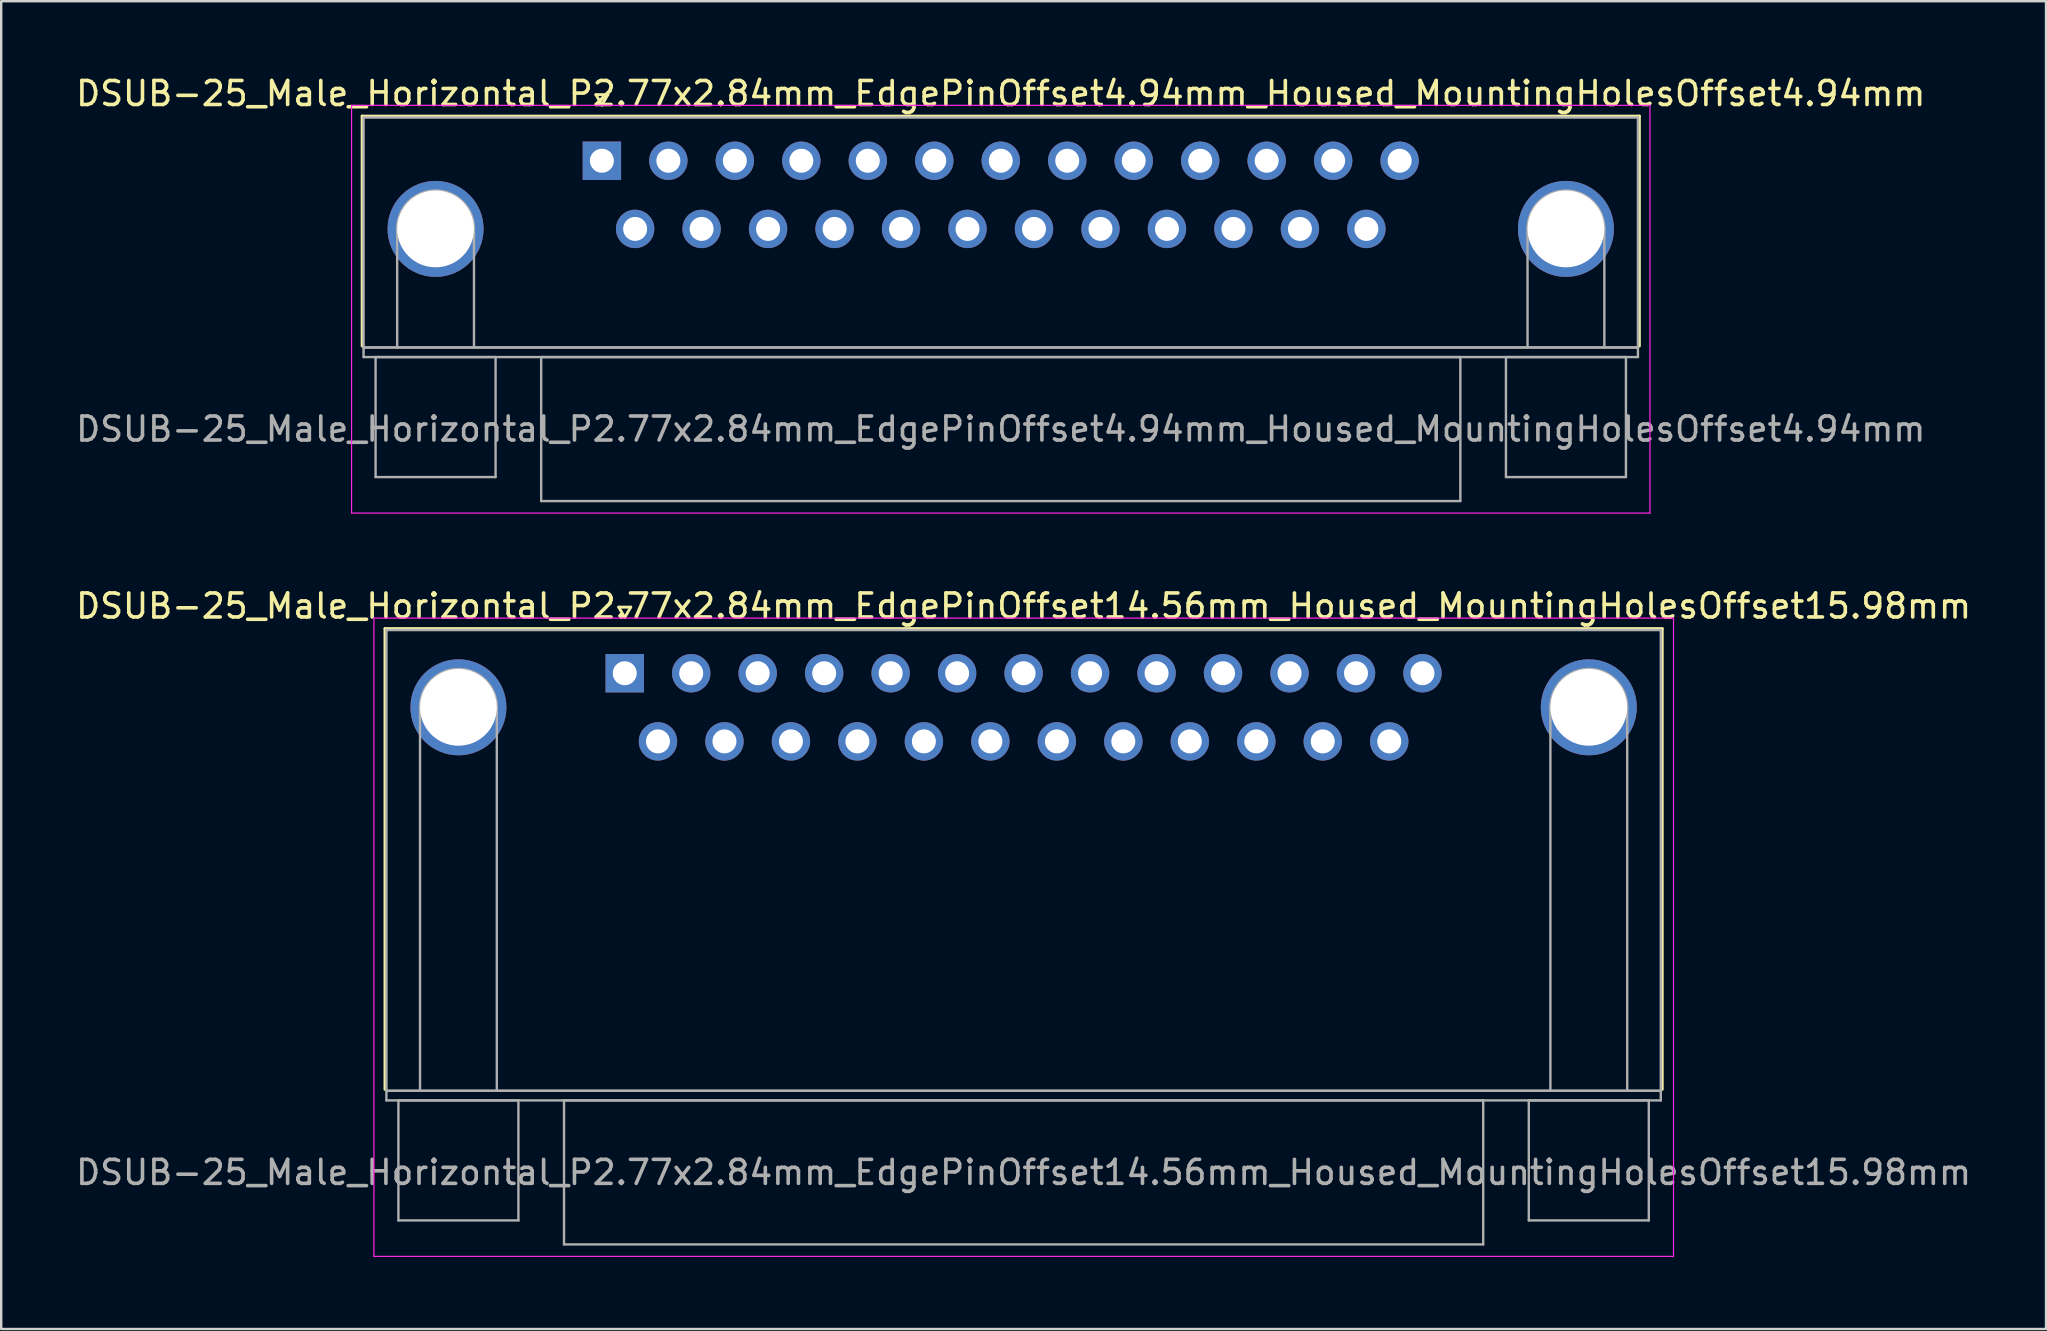
<source format=kicad_pcb>
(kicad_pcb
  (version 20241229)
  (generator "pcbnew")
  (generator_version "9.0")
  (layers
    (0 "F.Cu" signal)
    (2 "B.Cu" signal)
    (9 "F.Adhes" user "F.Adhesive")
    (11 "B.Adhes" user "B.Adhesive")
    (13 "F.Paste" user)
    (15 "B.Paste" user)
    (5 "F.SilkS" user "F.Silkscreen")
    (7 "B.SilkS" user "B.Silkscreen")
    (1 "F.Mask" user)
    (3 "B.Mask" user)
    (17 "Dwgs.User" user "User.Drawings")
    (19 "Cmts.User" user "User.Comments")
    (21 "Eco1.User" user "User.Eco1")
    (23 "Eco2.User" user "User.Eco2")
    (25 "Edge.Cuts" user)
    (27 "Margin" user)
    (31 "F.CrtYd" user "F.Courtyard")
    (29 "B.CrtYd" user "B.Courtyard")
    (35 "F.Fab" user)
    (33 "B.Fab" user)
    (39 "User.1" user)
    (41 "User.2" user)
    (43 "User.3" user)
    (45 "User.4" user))
  (footprint "DSUB-25_Male_Horizontal_P2.77x2.84mm_EdgePinOffset14.56mm_Housed_MountingHolesOffset15.98mm"
    (layer "F.Cu")
    (at 22.981 25.002)
    (property "Reference" "DSUB-25_Male_Horizontal_P2.77x2.84mm_EdgePinOffset14.56mm_Housed_MountingHolesOffset15.98mm" (at 16.62 -2.8 0) (layer "F.SilkS") (effects (font (size 1 1) (thickness 0.15))))
    (attr through_hole)
    (fp_line (start -9.99 -1.86) (end 43.23 -1.86) (stroke (width 0.12) (type solid)) (layer "F.SilkS"))
    (fp_line (start -9.99 17.34) (end -9.99 -1.86) (stroke (width 0.12) (type solid)) (layer "F.SilkS"))
    (fp_line (start -0.25 -2.754) (end 0.25 -2.754) (stroke (width 0.12) (type solid)) (layer "F.SilkS"))
    (fp_line (start 0 -2.321) (end -0.25 -2.754) (stroke (width 0.12) (type solid)) (layer "F.SilkS"))
    (fp_line (start 0.25 -2.754) (end 0 -2.321) (stroke (width 0.12) (type solid)) (layer "F.SilkS"))
    (fp_line (start 43.23 -1.86) (end 43.23 17.34) (stroke (width 0.12) (type solid)) (layer "F.SilkS"))
    (fp_line (start -10.45 -2.3) (end -10.45 24.3) (stroke (width 0.05) (type solid)) (layer "F.CrtYd"))
    (fp_line (start -10.45 24.3) (end 43.7 24.3) (stroke (width 0.05) (type solid)) (layer "F.CrtYd"))
    (fp_line (start 43.7 -2.3) (end -10.45 -2.3) (stroke (width 0.05) (type solid)) (layer "F.CrtYd"))
    (fp_line (start 43.7 24.3) (end 43.7 -2.3) (stroke (width 0.05) (type solid)) (layer "F.CrtYd"))
    (fp_line (start -9.93 -1.8) (end -9.93 17.4) (stroke (width 0.1) (type solid)) (layer "F.Fab"))
    (fp_line (start -9.93 17.4) (end -9.93 17.8) (stroke (width 0.1) (type solid)) (layer "F.Fab"))
    (fp_line (start -9.93 17.4) (end 43.17 17.4) (stroke (width 0.1) (type solid)) (layer "F.Fab"))
    (fp_line (start -9.93 17.8) (end 43.17 17.8) (stroke (width 0.1) (type solid)) (layer "F.Fab"))
    (fp_line (start -9.43 17.8) (end -9.43 22.8) (stroke (width 0.1) (type solid)) (layer "F.Fab"))
    (fp_line (start -9.43 22.8) (end -4.43 22.8) (stroke (width 0.1) (type solid)) (layer "F.Fab"))
    (fp_line (start -8.53 17.4) (end -8.53 1.42) (stroke (width 0.1) (type solid)) (layer "F.Fab"))
    (fp_line (start -5.33 17.4) (end -5.33 1.42) (stroke (width 0.1) (type solid)) (layer "F.Fab"))
    (fp_line (start -4.43 17.8) (end -9.43 17.8) (stroke (width 0.1) (type solid)) (layer "F.Fab"))
    (fp_line (start -4.43 22.8) (end -4.43 17.8) (stroke (width 0.1) (type solid)) (layer "F.Fab"))
    (fp_line (start -2.53 17.8) (end -2.53 23.8) (stroke (width 0.1) (type solid)) (layer "F.Fab"))
    (fp_line (start -2.53 23.8) (end 35.77 23.8) (stroke (width 0.1) (type solid)) (layer "F.Fab"))
    (fp_line (start 35.77 17.8) (end -2.53 17.8) (stroke (width 0.1) (type solid)) (layer "F.Fab"))
    (fp_line (start 35.77 23.8) (end 35.77 17.8) (stroke (width 0.1) (type solid)) (layer "F.Fab"))
    (fp_line (start 37.67 17.8) (end 37.67 22.8) (stroke (width 0.1) (type solid)) (layer "F.Fab"))
    (fp_line (start 37.67 22.8) (end 42.67 22.8) (stroke (width 0.1) (type solid)) (layer "F.Fab"))
    (fp_line (start 38.57 17.4) (end 38.57 1.42) (stroke (width 0.1) (type solid)) (layer "F.Fab"))
    (fp_line (start 41.77 17.4) (end 41.77 1.42) (stroke (width 0.1) (type solid)) (layer "F.Fab"))
    (fp_line (start 42.67 17.8) (end 37.67 17.8) (stroke (width 0.1) (type solid)) (layer "F.Fab"))
    (fp_line (start 42.67 22.8) (end 42.67 17.8) (stroke (width 0.1) (type solid)) (layer "F.Fab"))
    (fp_line (start 43.17 -1.8) (end -9.93 -1.8) (stroke (width 0.1) (type solid)) (layer "F.Fab"))
    (fp_line (start 43.17 17.4) (end -9.93 17.4) (stroke (width 0.1) (type solid)) (layer "F.Fab"))
    (fp_line (start 43.17 17.4) (end 43.17 -1.8) (stroke (width 0.1) (type solid)) (layer "F.Fab"))
    (fp_line (start 43.17 17.8) (end 43.17 17.4) (stroke (width 0.1) (type solid)) (layer "F.Fab"))
    (fp_arc (start -8.53 1.42) (mid -6.93 -0.18) (end -5.33 1.42) (stroke (width 0.1) (type solid)) (layer "F.Fab"))
    (fp_arc (start 38.57 1.42) (mid 40.17 -0.18) (end 41.77 1.42) (stroke (width 0.1) (type solid)) (layer "F.Fab"))
    (fp_text user "${REFERENCE}" (at 16.62 20.8 0) (layer "F.Fab") (effects (font (size 1 1) (thickness 0.15))))
    (pad "0" thru_hole circle (at -6.93 1.42) (size 4 4) (drill 3.2) (layers "*.Cu" "*.Mask"))
    (pad "0" thru_hole circle (at 40.17 1.42) (size 4 4) (drill 3.2) (layers "*.Cu" "*.Mask"))
    (pad "1" thru_hole rect (at 0 0) (size 1.6 1.6) (drill 1) (layers "*.Cu" "*.Mask"))
    (pad "2" thru_hole circle (at 2.77 0) (size 1.6 1.6) (drill 1) (layers "*.Cu" "*.Mask"))
    (pad "3" thru_hole circle (at 5.54 0) (size 1.6 1.6) (drill 1) (layers "*.Cu" "*.Mask"))
    (pad "4" thru_hole circle (at 8.31 0) (size 1.6 1.6) (drill 1) (layers "*.Cu" "*.Mask"))
    (pad "5" thru_hole circle (at 11.08 0) (size 1.6 1.6) (drill 1) (layers "*.Cu" "*.Mask"))
    (pad "6" thru_hole circle (at 13.85 0) (size 1.6 1.6) (drill 1) (layers "*.Cu" "*.Mask"))
    (pad "7" thru_hole circle (at 16.62 0) (size 1.6 1.6) (drill 1) (layers "*.Cu" "*.Mask"))
    (pad "8" thru_hole circle (at 19.39 0) (size 1.6 1.6) (drill 1) (layers "*.Cu" "*.Mask"))
    (pad "9" thru_hole circle (at 22.16 0) (size 1.6 1.6) (drill 1) (layers "*.Cu" "*.Mask"))
    (pad "10" thru_hole circle (at 24.93 0) (size 1.6 1.6) (drill 1) (layers "*.Cu" "*.Mask"))
    (pad "11" thru_hole circle (at 27.7 0) (size 1.6 1.6) (drill 1) (layers "*.Cu" "*.Mask"))
    (pad "12" thru_hole circle (at 30.47 0) (size 1.6 1.6) (drill 1) (layers "*.Cu" "*.Mask"))
    (pad "13" thru_hole circle (at 33.24 0) (size 1.6 1.6) (drill 1) (layers "*.Cu" "*.Mask"))
    (pad "14" thru_hole circle (at 1.385 2.84) (size 1.6 1.6) (drill 1) (layers "*.Cu" "*.Mask"))
    (pad "15" thru_hole circle (at 4.155 2.84) (size 1.6 1.6) (drill 1) (layers "*.Cu" "*.Mask"))
    (pad "16" thru_hole circle (at 6.925 2.84) (size 1.6 1.6) (drill 1) (layers "*.Cu" "*.Mask"))
    (pad "17" thru_hole circle (at 9.695 2.84) (size 1.6 1.6) (drill 1) (layers "*.Cu" "*.Mask"))
    (pad "18" thru_hole circle (at 12.465 2.84) (size 1.6 1.6) (drill 1) (layers "*.Cu" "*.Mask"))
    (pad "19" thru_hole circle (at 15.235 2.84) (size 1.6 1.6) (drill 1) (layers "*.Cu" "*.Mask"))
    (pad "20" thru_hole circle (at 18.005 2.84) (size 1.6 1.6) (drill 1) (layers "*.Cu" "*.Mask"))
    (pad "21" thru_hole circle (at 20.775 2.84) (size 1.6 1.6) (drill 1) (layers "*.Cu" "*.Mask"))
    (pad "22" thru_hole circle (at 23.545 2.84) (size 1.6 1.6) (drill 1) (layers "*.Cu" "*.Mask"))
    (pad "23" thru_hole circle (at 26.315 2.84) (size 1.6 1.6) (drill 1) (layers "*.Cu" "*.Mask"))
    (pad "24" thru_hole circle (at 29.085 2.84) (size 1.6 1.6) (drill 1) (layers "*.Cu" "*.Mask"))
    (pad "25" thru_hole circle (at 31.855 2.84) (size 1.6 1.6) (drill 1) (layers "*.Cu" "*.Mask")))
  (footprint "DSUB-25_Male_Horizontal_P2.77x2.84mm_EdgePinOffset4.94mm_Housed_MountingHolesOffset4.94mm"
    (layer "F.Cu")
    (at 22.029 3.648)
    (property "Reference" "DSUB-25_Male_Horizontal_P2.77x2.84mm_EdgePinOffset4.94mm_Housed_MountingHolesOffset4.94mm" (at 16.62 -2.8 0) (layer "F.SilkS") (effects (font (size 1 1) (thickness 0.15))))
    (attr through_hole)
    (fp_line (start -9.99 -1.86) (end 43.23 -1.86) (stroke (width 0.12) (type solid)) (layer "F.SilkS"))
    (fp_line (start -9.99 7.72) (end -9.99 -1.86) (stroke (width 0.12) (type solid)) (layer "F.SilkS"))
    (fp_line (start -0.25 -2.754) (end 0.25 -2.754) (stroke (width 0.12) (type solid)) (layer "F.SilkS"))
    (fp_line (start 0 -2.321) (end -0.25 -2.754) (stroke (width 0.12) (type solid)) (layer "F.SilkS"))
    (fp_line (start 0.25 -2.754) (end 0 -2.321) (stroke (width 0.12) (type solid)) (layer "F.SilkS"))
    (fp_line (start 43.23 -1.86) (end 43.23 7.72) (stroke (width 0.12) (type solid)) (layer "F.SilkS"))
    (fp_line (start -10.43 -2.31) (end -10.43 14.68) (stroke (width 0.05) (type solid)) (layer "F.CrtYd"))
    (fp_line (start -10.43 14.68) (end 43.67 14.68) (stroke (width 0.05) (type solid)) (layer "F.CrtYd"))
    (fp_line (start 43.67 -2.31) (end -10.43 -2.31) (stroke (width 0.05) (type solid)) (layer "F.CrtYd"))
    (fp_line (start 43.67 14.68) (end 43.67 -2.31) (stroke (width 0.05) (type solid)) (layer "F.CrtYd"))
    (fp_line (start -9.93 -1.8) (end -9.93 7.78) (stroke (width 0.1) (type solid)) (layer "F.Fab"))
    (fp_line (start -9.93 7.78) (end -9.93 8.18) (stroke (width 0.1) (type solid)) (layer "F.Fab"))
    (fp_line (start -9.93 7.78) (end 43.17 7.78) (stroke (width 0.1) (type solid)) (layer "F.Fab"))
    (fp_line (start -9.93 8.18) (end 43.17 8.18) (stroke (width 0.1) (type solid)) (layer "F.Fab"))
    (fp_line (start -9.43 8.18) (end -9.43 13.18) (stroke (width 0.1) (type solid)) (layer "F.Fab"))
    (fp_line (start -9.43 13.18) (end -4.43 13.18) (stroke (width 0.1) (type solid)) (layer "F.Fab"))
    (fp_line (start -8.53 7.78) (end -8.53 2.84) (stroke (width 0.1) (type solid)) (layer "F.Fab"))
    (fp_line (start -5.33 7.78) (end -5.33 2.84) (stroke (width 0.1) (type solid)) (layer "F.Fab"))
    (fp_line (start -4.43 8.18) (end -9.43 8.18) (stroke (width 0.1) (type solid)) (layer "F.Fab"))
    (fp_line (start -4.43 13.18) (end -4.43 8.18) (stroke (width 0.1) (type solid)) (layer "F.Fab"))
    (fp_line (start -2.53 8.18) (end -2.53 14.18) (stroke (width 0.1) (type solid)) (layer "F.Fab"))
    (fp_line (start -2.53 14.18) (end 35.77 14.18) (stroke (width 0.1) (type solid)) (layer "F.Fab"))
    (fp_line (start 35.77 8.18) (end -2.53 8.18) (stroke (width 0.1) (type solid)) (layer "F.Fab"))
    (fp_line (start 35.77 14.18) (end 35.77 8.18) (stroke (width 0.1) (type solid)) (layer "F.Fab"))
    (fp_line (start 37.67 8.18) (end 37.67 13.18) (stroke (width 0.1) (type solid)) (layer "F.Fab"))
    (fp_line (start 37.67 13.18) (end 42.67 13.18) (stroke (width 0.1) (type solid)) (layer "F.Fab"))
    (fp_line (start 38.57 7.78) (end 38.57 2.84) (stroke (width 0.1) (type solid)) (layer "F.Fab"))
    (fp_line (start 41.77 7.78) (end 41.77 2.84) (stroke (width 0.1) (type solid)) (layer "F.Fab"))
    (fp_line (start 42.67 8.18) (end 37.67 8.18) (stroke (width 0.1) (type solid)) (layer "F.Fab"))
    (fp_line (start 42.67 13.18) (end 42.67 8.18) (stroke (width 0.1) (type solid)) (layer "F.Fab"))
    (fp_line (start 43.17 -1.8) (end -9.93 -1.8) (stroke (width 0.1) (type solid)) (layer "F.Fab"))
    (fp_line (start 43.17 7.78) (end -9.93 7.78) (stroke (width 0.1) (type solid)) (layer "F.Fab"))
    (fp_line (start 43.17 7.78) (end 43.17 -1.8) (stroke (width 0.1) (type solid)) (layer "F.Fab"))
    (fp_line (start 43.17 8.18) (end 43.17 7.78) (stroke (width 0.1) (type solid)) (layer "F.Fab"))
    (fp_arc (start -8.53 2.84) (mid -6.93 1.24) (end -5.33 2.84) (stroke (width 0.1) (type solid)) (layer "F.Fab"))
    (fp_arc (start 38.57 2.84) (mid 40.17 1.24) (end 41.77 2.84) (stroke (width 0.1) (type solid)) (layer "F.Fab"))
    (fp_text user "${REFERENCE}" (at 16.62 11.18 0) (layer "F.Fab") (effects (font (size 1 1) (thickness 0.15))))
    (pad "0" thru_hole circle (at -6.93 2.84) (size 4 4) (drill 3.2) (layers "*.Cu" "*.Mask"))
    (pad "0" thru_hole circle (at 40.17 2.84) (size 4 4) (drill 3.2) (layers "*.Cu" "*.Mask"))
    (pad "1" thru_hole rect (at 0 0) (size 1.6 1.6) (drill 1) (layers "*.Cu" "*.Mask"))
    (pad "2" thru_hole circle (at 2.77 0) (size 1.6 1.6) (drill 1) (layers "*.Cu" "*.Mask"))
    (pad "3" thru_hole circle (at 5.54 0) (size 1.6 1.6) (drill 1) (layers "*.Cu" "*.Mask"))
    (pad "4" thru_hole circle (at 8.31 0) (size 1.6 1.6) (drill 1) (layers "*.Cu" "*.Mask"))
    (pad "5" thru_hole circle (at 11.08 0) (size 1.6 1.6) (drill 1) (layers "*.Cu" "*.Mask"))
    (pad "6" thru_hole circle (at 13.85 0) (size 1.6 1.6) (drill 1) (layers "*.Cu" "*.Mask"))
    (pad "7" thru_hole circle (at 16.62 0) (size 1.6 1.6) (drill 1) (layers "*.Cu" "*.Mask"))
    (pad "8" thru_hole circle (at 19.39 0) (size 1.6 1.6) (drill 1) (layers "*.Cu" "*.Mask"))
    (pad "9" thru_hole circle (at 22.16 0) (size 1.6 1.6) (drill 1) (layers "*.Cu" "*.Mask"))
    (pad "10" thru_hole circle (at 24.93 0) (size 1.6 1.6) (drill 1) (layers "*.Cu" "*.Mask"))
    (pad "11" thru_hole circle (at 27.7 0) (size 1.6 1.6) (drill 1) (layers "*.Cu" "*.Mask"))
    (pad "12" thru_hole circle (at 30.47 0) (size 1.6 1.6) (drill 1) (layers "*.Cu" "*.Mask"))
    (pad "13" thru_hole circle (at 33.24 0) (size 1.6 1.6) (drill 1) (layers "*.Cu" "*.Mask"))
    (pad "14" thru_hole circle (at 1.385 2.84) (size 1.6 1.6) (drill 1) (layers "*.Cu" "*.Mask"))
    (pad "15" thru_hole circle (at 4.155 2.84) (size 1.6 1.6) (drill 1) (layers "*.Cu" "*.Mask"))
    (pad "16" thru_hole circle (at 6.925 2.84) (size 1.6 1.6) (drill 1) (layers "*.Cu" "*.Mask"))
    (pad "17" thru_hole circle (at 9.695 2.84) (size 1.6 1.6) (drill 1) (layers "*.Cu" "*.Mask"))
    (pad "18" thru_hole circle (at 12.465 2.84) (size 1.6 1.6) (drill 1) (layers "*.Cu" "*.Mask"))
    (pad "19" thru_hole circle (at 15.235 2.84) (size 1.6 1.6) (drill 1) (layers "*.Cu" "*.Mask"))
    (pad "20" thru_hole circle (at 18.005 2.84) (size 1.6 1.6) (drill 1) (layers "*.Cu" "*.Mask"))
    (pad "21" thru_hole circle (at 20.775 2.84) (size 1.6 1.6) (drill 1) (layers "*.Cu" "*.Mask"))
    (pad "22" thru_hole circle (at 23.545 2.84) (size 1.6 1.6) (drill 1) (layers "*.Cu" "*.Mask"))
    (pad "23" thru_hole circle (at 26.315 2.84) (size 1.6 1.6) (drill 1) (layers "*.Cu" "*.Mask"))
    (pad "24" thru_hole circle (at 29.085 2.84) (size 1.6 1.6) (drill 1) (layers "*.Cu" "*.Mask"))
    (pad "25" thru_hole circle (at 31.855 2.84) (size 1.6 1.6) (drill 1) (layers "*.Cu" "*.Mask")))
  (gr_rect
    (start -3 -3)
    (end 82.202 52.327)
    (stroke (width 0.1) (type default))
    (fill no)
    (layer "Edge.Cuts")))
</source>
